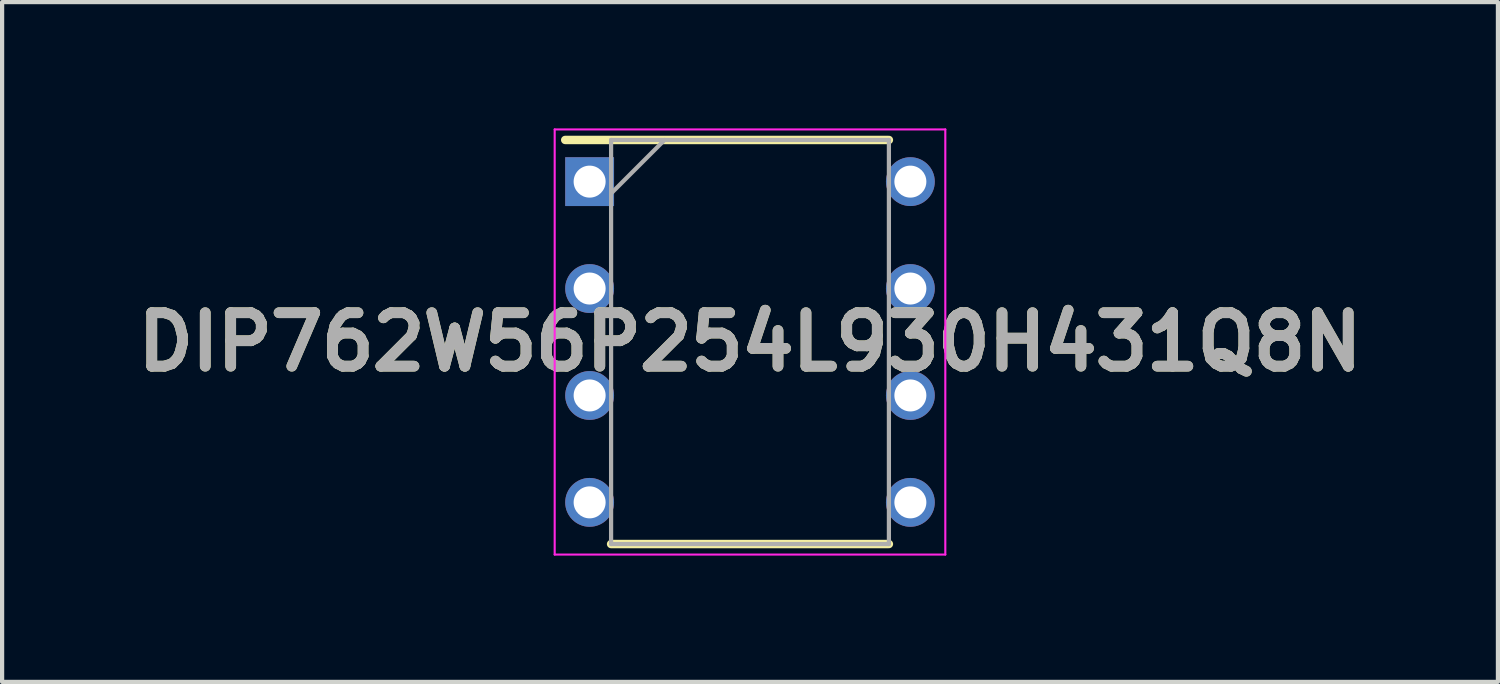
<source format=kicad_pcb>
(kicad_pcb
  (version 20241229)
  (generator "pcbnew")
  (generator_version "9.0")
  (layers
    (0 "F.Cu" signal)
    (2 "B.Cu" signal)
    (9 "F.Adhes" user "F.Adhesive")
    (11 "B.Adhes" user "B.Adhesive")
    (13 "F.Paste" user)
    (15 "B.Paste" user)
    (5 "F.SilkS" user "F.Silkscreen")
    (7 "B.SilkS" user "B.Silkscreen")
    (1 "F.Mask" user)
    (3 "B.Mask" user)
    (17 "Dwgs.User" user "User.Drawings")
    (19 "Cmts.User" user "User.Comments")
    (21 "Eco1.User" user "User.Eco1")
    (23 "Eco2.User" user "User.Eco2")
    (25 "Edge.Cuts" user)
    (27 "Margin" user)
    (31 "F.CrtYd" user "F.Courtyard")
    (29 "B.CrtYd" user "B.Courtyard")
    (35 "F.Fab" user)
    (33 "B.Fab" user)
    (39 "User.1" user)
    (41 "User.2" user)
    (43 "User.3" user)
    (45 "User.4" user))
  (footprint "DIP762W56P254L930H431Q8N"
    (layer "F.Cu")
    (at 14.768 5.075)
    (property "Reference" "DIP762W56P254L930H431Q8N" (at 0 0 0) (layer "F.SilkS") (effects (font (size 1.27 1.27) (thickness 0.254))))
    (attr through_hole)
    (fp_line (start -4.39 -4.8) (end 3.3 -4.8) (stroke (width 0.2) (type solid)) (layer "F.SilkS"))
    (fp_line (start -3.3 4.8) (end 3.3 4.8) (stroke (width 0.2) (type solid)) (layer "F.SilkS"))
    (fp_line (start -4.64 -5.05) (end 4.64 -5.05) (stroke (width 0.05) (type solid)) (layer "F.CrtYd"))
    (fp_line (start -4.64 5.05) (end -4.64 -5.05) (stroke (width 0.05) (type solid)) (layer "F.CrtYd"))
    (fp_line (start 4.64 -5.05) (end 4.64 5.05) (stroke (width 0.05) (type solid)) (layer "F.CrtYd"))
    (fp_line (start 4.64 5.05) (end -4.64 5.05) (stroke (width 0.05) (type solid)) (layer "F.CrtYd"))
    (fp_line (start -3.3 -4.8) (end 3.3 -4.8) (stroke (width 0.1) (type solid)) (layer "F.Fab"))
    (fp_line (start -3.3 -3.53) (end -2.03 -4.8) (stroke (width 0.1) (type solid)) (layer "F.Fab"))
    (fp_line (start -3.3 4.8) (end -3.3 -4.8) (stroke (width 0.1) (type solid)) (layer "F.Fab"))
    (fp_line (start 3.3 -4.8) (end 3.3 4.8) (stroke (width 0.1) (type solid)) (layer "F.Fab"))
    (fp_line (start 3.3 4.8) (end -3.3 4.8) (stroke (width 0.1) (type solid)) (layer "F.Fab"))
    (fp_text user "${REFERENCE}" (at 0 0 0) (layer "F.Fab") (effects (font (size 1.27 1.27) (thickness 0.254))))
    (pad "1" thru_hole rect (at -3.81 -3.81) (size 1.16 1.16) (drill 0.76) (layers "*.Cu" "*.Mask"))
    (pad "2" thru_hole circle (at -3.81 -1.27) (size 1.16 1.16) (drill 0.76) (layers "*.Cu" "*.Mask"))
    (pad "3" thru_hole circle (at -3.81 1.27) (size 1.16 1.16) (drill 0.76) (layers "*.Cu" "*.Mask"))
    (pad "4" thru_hole circle (at -3.81 3.81) (size 1.16 1.16) (drill 0.76) (layers "*.Cu" "*.Mask"))
    (pad "5" thru_hole circle (at 3.81 3.81) (size 1.16 1.16) (drill 0.76) (layers "*.Cu" "*.Mask"))
    (pad "6" thru_hole circle (at 3.81 1.27) (size 1.16 1.16) (drill 0.76) (layers "*.Cu" "*.Mask"))
    (pad "7" thru_hole circle (at 3.81 -1.27) (size 1.16 1.16) (drill 0.76) (layers "*.Cu" "*.Mask"))
    (pad "8" thru_hole circle (at 3.81 -3.81) (size 1.16 1.16) (drill 0.76) (layers "*.Cu" "*.Mask")))
  (gr_rect
    (start -3 -3)
    (end 32.537 13.15)
    (stroke (width 0.1) (type default))
    (fill no)
    (layer "Edge.Cuts")))
</source>
